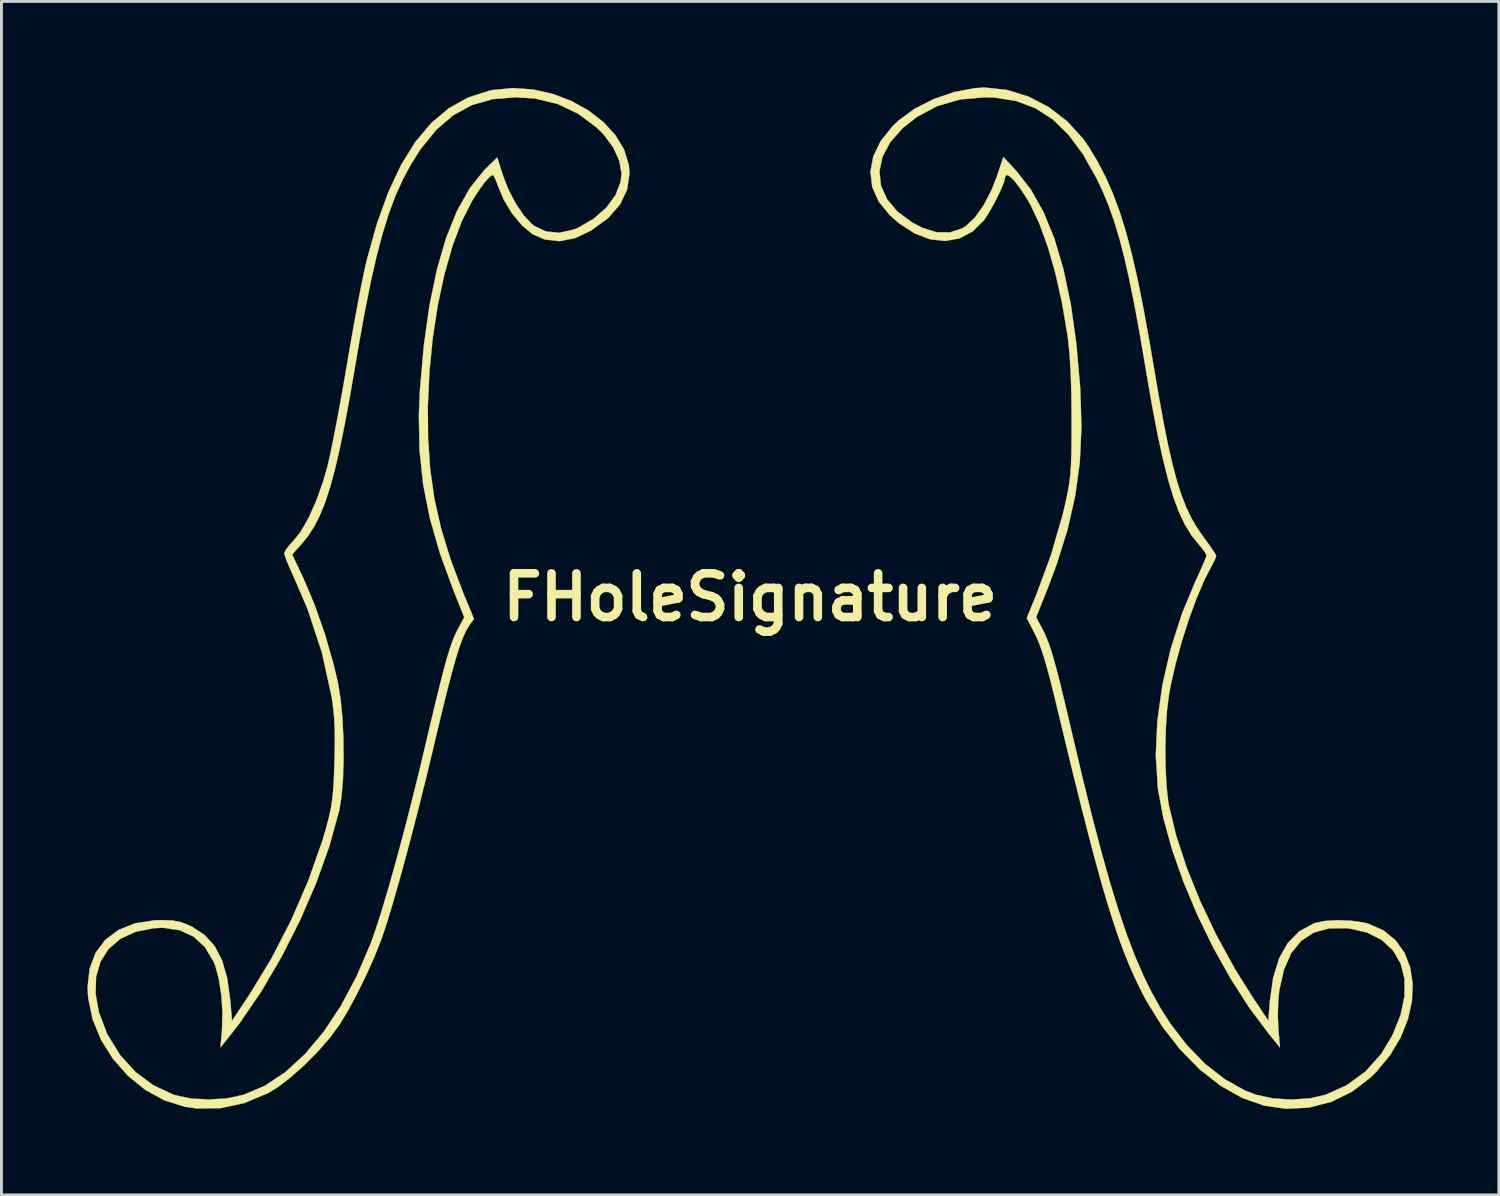
<source format=kicad_pcb>
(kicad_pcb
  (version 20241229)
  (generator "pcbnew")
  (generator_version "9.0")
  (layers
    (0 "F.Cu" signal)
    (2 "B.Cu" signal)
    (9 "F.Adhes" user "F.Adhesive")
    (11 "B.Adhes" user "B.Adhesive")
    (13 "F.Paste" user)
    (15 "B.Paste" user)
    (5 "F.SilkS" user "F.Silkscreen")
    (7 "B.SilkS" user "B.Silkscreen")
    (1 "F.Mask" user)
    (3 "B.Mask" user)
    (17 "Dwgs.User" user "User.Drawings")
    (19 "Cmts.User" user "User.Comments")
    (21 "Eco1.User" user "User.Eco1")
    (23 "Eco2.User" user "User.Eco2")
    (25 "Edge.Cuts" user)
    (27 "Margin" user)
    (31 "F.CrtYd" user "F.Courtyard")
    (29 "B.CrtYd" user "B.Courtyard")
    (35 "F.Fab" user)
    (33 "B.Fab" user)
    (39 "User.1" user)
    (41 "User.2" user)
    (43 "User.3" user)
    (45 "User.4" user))
  (footprint "FHoleSignature"
    (layer "F.Cu")
    (at 23.118 17.784)
    (property "Reference" "FHoleSignature" (at 0 0 0) (layer "F.SilkS") (effects (font (size 1.524 1.524) (thickness 0.3))))
    (attr through_hole)
    (fp_poly (pts (xy -7.568 -17.713) (xy -6.879 -17.557) (xy -6.227 -17.307) (xy -5.633 -16.975) (xy -5.116 -16.573) (xy -4.697 -16.115) (xy -4.396 -15.612) (xy -4.233 -15.076) (xy -4.209 -14.779) (xy -4.291 -14.223) (xy -4.535 -13.709) (xy -4.933 -13.249) (xy -4.982 -13.206) (xy -5.554 -12.788) (xy -6.113 -12.525) (xy -6.653 -12.421) (xy -7.163 -12.478) (xy -7.591 -12.667) (xy -7.959 -12.969) (xy -8.308 -13.39) (xy -8.603 -13.881) (xy -8.773 -14.284) (xy -8.864 -14.528) (xy -8.942 -14.691) (xy -8.977 -14.732) (xy -9.091 -14.662) (xy -9.264 -14.471) (xy -9.473 -14.185) (xy -9.685 -13.854) (xy -10.053 -13.131) (xy -10.38 -12.267) (xy -10.661 -11.286) (xy -10.893 -10.21) (xy -11.07 -9.065) (xy -11.189 -7.874) (xy -11.244 -6.66) (xy -11.236 -5.565) (xy -11.163 -4.474) (xy -11.015 -3.432) (xy -10.781 -2.398) (xy -10.453 -1.328) (xy -10.02 -0.181) (xy -9.973 -0.068) (xy -9.635 0.754) (xy -9.809 0.998) (xy -9.912 1.17) (xy -10.02 1.407) (xy -10.136 1.722) (xy -10.265 2.13) (xy -10.409 2.644) (xy -10.575 3.281) (xy -10.766 4.053) (xy -10.986 4.975) (xy -11.011 5.08) (xy -11.258 6.112) (xy -11.511 7.134) (xy -11.765 8.124) (xy -12.013 9.061) (xy -12.25 9.923) (xy -12.47 10.69) (xy -12.668 11.34) (xy -12.836 11.852) (xy -12.876 11.963) (xy -13.114 12.56) (xy -13.408 13.212) (xy -13.73 13.865) (xy -14.053 14.461) (xy -14.32 14.901) (xy -14.659 15.363) (xy -15.082 15.848) (xy -15.552 16.321) (xy -16.033 16.749) (xy -16.489 17.097) (xy -16.815 17.296) (xy -17.649 17.644) (xy -18.477 17.823) (xy -19.3 17.833) (xy -19.718 17.773) (xy -20.434 17.549) (xy -21.103 17.182) (xy -21.706 16.693) (xy -22.225 16.105) (xy -22.642 15.441) (xy -22.937 14.724) (xy -23.093 13.977) (xy -23.101 13.834) (xy -22.834 13.834) (xy -22.713 14.489) (xy -22.446 15.192) (xy -22.403 15.281) (xy -21.976 15.973) (xy -21.439 16.561) (xy -20.814 17.026) (xy -20.122 17.349) (xy -20.066 17.367) (xy -19.517 17.484) (xy -18.889 17.521) (xy -18.252 17.479) (xy -17.679 17.358) (xy -17.677 17.358) (xy -16.936 17.043) (xy -16.219 16.568) (xy -15.533 15.94) (xy -14.885 15.167) (xy -14.28 14.258) (xy -13.727 13.219) (xy -13.236 12.072) (xy -13.055 11.561) (xy -12.845 10.904) (xy -12.612 10.121) (xy -12.362 9.233) (xy -12.1 8.26) (xy -11.832 7.222) (xy -11.563 6.139) (xy -11.343 5.217) (xy -11.134 4.332) (xy -10.958 3.595) (xy -10.808 2.989) (xy -10.681 2.497) (xy -10.572 2.102) (xy -10.475 1.786) (xy -10.387 1.532) (xy -10.301 1.323) (xy -10.214 1.143) (xy -10.186 1.09) (xy -9.975 0.699) (xy -10.359 -0.264) (xy -10.828 -1.548) (xy -11.175 -2.76) (xy -11.408 -3.939) (xy -11.534 -5.126) (xy -11.557 -6.36) (xy -11.52 -7.227) (xy -11.384 -8.784) (xy -11.186 -10.189) (xy -10.926 -11.44) (xy -10.606 -12.538) (xy -10.225 -13.48) (xy -9.783 -14.266) (xy -9.281 -14.894) (xy -9.202 -14.974) (xy -8.823 -15.343) (xy -8.63 -14.731) (xy -8.433 -14.222) (xy -8.179 -13.737) (xy -7.896 -13.319) (xy -7.61 -13.012) (xy -7.535 -12.954) (xy -7.122 -12.76) (xy -6.655 -12.716) (xy -6.159 -12.824) (xy -5.998 -12.891) (xy -5.452 -13.21) (xy -5.012 -13.597) (xy -4.695 -14.032) (xy -4.519 -14.492) (xy -4.488 -14.78) (xy -4.565 -15.228) (xy -4.78 -15.696) (xy -5.113 -16.146) (xy -5.338 -16.371) (xy -6.003 -16.868) (xy -6.721 -17.209) (xy -7.505 -17.397) (xy -8.177 -17.441) (xy -8.982 -17.375) (xy -9.703 -17.17) (xy -10.35 -16.82) (xy -10.937 -16.319) (xy -11.475 -15.659) (xy -11.531 -15.579) (xy -11.835 -15.096) (xy -12.111 -14.584) (xy -12.364 -14.027) (xy -12.597 -13.407) (xy -12.816 -12.709) (xy -13.027 -11.915) (xy -13.233 -11.011) (xy -13.44 -9.978) (xy -13.654 -8.801) (xy -13.761 -8.17) (xy -13.959 -7.02) (xy -14.144 -6.024) (xy -14.319 -5.168) (xy -14.49 -4.436) (xy -14.66 -3.814) (xy -14.833 -3.289) (xy -15.015 -2.844) (xy -15.209 -2.467) (xy -15.42 -2.141) (xy -15.645 -1.862) (xy -15.975 -1.491) (xy -15.575 -0.64) (xy -15.185 0.282) (xy -14.828 1.305) (xy -14.525 2.362) (xy -14.383 2.967) (xy -14.29 3.533) (xy -14.225 4.199) (xy -14.189 4.921) (xy -14.182 5.653) (xy -14.205 6.352) (xy -14.258 6.972) (xy -14.338 7.451) (xy -14.679 8.684) (xy -15.14 9.97) (xy -15.702 11.269) (xy -16.344 12.539) (xy -17.046 13.739) (xy -17.79 14.828) (xy -18.074 15.198) (xy -18.478 15.706) (xy -18.424 15.071) (xy -18.408 14.492) (xy -18.446 13.892) (xy -18.533 13.325) (xy -18.661 12.849) (xy -18.714 12.715) (xy -19.018 12.207) (xy -19.415 11.839) (xy -19.903 11.613) (xy -20.481 11.53) (xy -20.801 11.543) (xy -21.443 11.671) (xy -21.971 11.916) (xy -22.379 12.266) (xy -22.662 12.71) (xy -22.816 13.237) (xy -22.834 13.834) (xy -23.101 13.834) (xy -23.113 13.601) (xy -23.041 12.953) (xy -22.831 12.4) (xy -22.492 11.947) (xy -22.031 11.603) (xy -21.456 11.374) (xy -20.775 11.268) (xy -20.531 11.261) (xy -20.146 11.276) (xy -19.846 11.334) (xy -19.548 11.454) (xy -19.468 11.493) (xy -19.025 11.786) (xy -18.678 12.172) (xy -18.42 12.667) (xy -18.242 13.288) (xy -18.136 14.049) (xy -18.134 14.074) (xy -18.075 14.774) (xy -17.46 13.849) (xy -16.7 12.6) (xy -16.008 11.256) (xy -15.408 9.87) (xy -14.924 8.495) (xy -14.804 8.086) (xy -14.702 7.705) (xy -14.628 7.374) (xy -14.577 7.047) (xy -14.542 6.679) (xy -14.517 6.225) (xy -14.501 5.738) (xy -14.488 5.095) (xy -14.492 4.573) (xy -14.518 4.126) (xy -14.565 3.705) (xy -14.604 3.453) (xy -14.942 1.918) (xy -15.442 0.407) (xy -15.931 -0.732) (xy -16.075 -1.052) (xy -16.187 -1.322) (xy -16.247 -1.499) (xy -16.253 -1.537) (xy -16.195 -1.659) (xy -16.051 -1.842) (xy -15.951 -1.947) (xy -15.679 -2.288) (xy -15.405 -2.766) (xy -15.143 -3.35) (xy -14.906 -4.008) (xy -14.744 -4.572) (xy -14.666 -4.91) (xy -14.566 -5.384) (xy -14.453 -5.962) (xy -14.33 -6.612) (xy -14.206 -7.303) (xy -14.085 -8.003) (xy -14.064 -8.128) (xy -13.944 -8.829) (xy -13.82 -9.529) (xy -13.696 -10.197) (xy -13.581 -10.799) (xy -13.478 -11.303) (xy -13.395 -11.678) (xy -13.384 -11.726) (xy -13.029 -13.003) (xy -12.628 -14.12) (xy -12.178 -15.08) (xy -11.676 -15.888) (xy -11.12 -16.547) (xy -10.506 -17.062) (xy -9.833 -17.435) (xy -9.096 -17.671) (xy -8.978 -17.695) (xy -8.274 -17.763) (xy -7.568 -17.713)) (stroke (width 0.01) (type solid)) (fill yes) (layer "F.SilkS"))
    (fp_poly (pts (xy 8.951 -17.7) (xy 9.707 -17.467) (xy 10.42 -17.094) (xy 11.065 -16.597) (xy 11.616 -15.991) (xy 11.81 -15.711) (xy 12.123 -15.191) (xy 12.404 -14.648) (xy 12.66 -14.067) (xy 12.896 -13.428) (xy 13.117 -12.716) (xy 13.328 -11.912) (xy 13.534 -11) (xy 13.74 -9.962) (xy 13.953 -8.78) (xy 14.056 -8.17) (xy 14.242 -7.08) (xy 14.412 -6.14) (xy 14.573 -5.336) (xy 14.728 -4.65) (xy 14.883 -4.067) (xy 15.042 -3.568) (xy 15.21 -3.138) (xy 15.392 -2.76) (xy 15.593 -2.417) (xy 15.818 -2.094) (xy 15.846 -2.057) (xy 16.038 -1.794) (xy 16.182 -1.581) (xy 16.253 -1.454) (xy 16.256 -1.44) (xy 16.217 -1.323) (xy 16.119 -1.131) (xy 16.092 -1.084) (xy 15.832 -0.577) (xy 15.564 0.057) (xy 15.3 0.778) (xy 15.055 1.546) (xy 14.841 2.32) (xy 14.672 3.059) (xy 14.604 3.429) (xy 14.538 3.971) (xy 14.497 4.611) (xy 14.482 5.299) (xy 14.491 5.983) (xy 14.526 6.614) (xy 14.585 7.141) (xy 14.606 7.259) (xy 14.86 8.313) (xy 15.231 9.442) (xy 15.705 10.614) (xy 16.268 11.796) (xy 16.906 12.958) (xy 17.513 13.928) (xy 18.076 14.774) (xy 18.127 14.097) (xy 18.241 13.279) (xy 18.449 12.601) (xy 18.753 12.06) (xy 19.153 11.654) (xy 19.652 11.382) (xy 19.719 11.358) (xy 20.06 11.289) (xy 20.498 11.265) (xy 20.966 11.284) (xy 21.398 11.346) (xy 21.557 11.386) (xy 22.092 11.622) (xy 22.515 11.968) (xy 22.826 12.406) (xy 23.025 12.918) (xy 23.111 13.486) (xy 23.084 14.093) (xy 22.944 14.721) (xy 22.691 15.352) (xy 22.324 15.969) (xy 21.842 16.553) (xy 21.646 16.747) (xy 20.993 17.248) (xy 20.269 17.602) (xy 19.494 17.802) (xy 18.69 17.843) (xy 17.922 17.731) (xy 17.16 17.464) (xy 16.409 17.04) (xy 15.684 16.473) (xy 14.999 15.775) (xy 14.366 14.96) (xy 13.8 14.04) (xy 13.61 13.674) (xy 13.41 13.257) (xy 13.219 12.823) (xy 13.032 12.36) (xy 12.845 11.854) (xy 12.656 11.294) (xy 12.459 10.666) (xy 12.252 9.959) (xy 12.031 9.158) (xy 11.792 8.252) (xy 11.531 7.228) (xy 11.244 6.074) (xy 10.929 4.776) (xy 10.668 3.692) (xy 10.487 2.955) (xy 10.328 2.364) (xy 10.186 1.899) (xy 10.054 1.539) (xy 9.936 1.282) (xy 9.646 0.726) (xy 9.979 -0.081) (xy 10.494 -1.477) (xy 10.906 -2.9) (xy 11.022 -3.397) (xy 11.086 -3.707) (xy 11.134 -3.996) (xy 11.169 -4.294) (xy 11.192 -4.634) (xy 11.205 -5.047) (xy 11.211 -5.566) (xy 11.212 -6.223) (xy 11.212 -6.223) (xy 11.204 -7.093) (xy 11.182 -7.823) (xy 11.144 -8.445) (xy 11.089 -8.987) (xy 11.062 -9.186) (xy 10.877 -10.272) (xy 10.649 -11.29) (xy 10.385 -12.215) (xy 10.091 -13.026) (xy 9.775 -13.697) (xy 9.683 -13.857) (xy 9.44 -14.234) (xy 9.227 -14.513) (xy 9.056 -14.684) (xy 8.939 -14.733) (xy 8.891 -14.648) (xy 8.89 -14.626) (xy 8.85 -14.472) (xy 8.745 -14.218) (xy 8.598 -13.911) (xy 8.431 -13.595) (xy 8.267 -13.317) (xy 8.16 -13.159) (xy 7.766 -12.764) (xy 7.312 -12.521) (xy 6.813 -12.428) (xy 6.284 -12.485) (xy 5.74 -12.69) (xy 5.195 -13.044) (xy 4.869 -13.33) (xy 4.481 -13.808) (xy 4.256 -14.316) (xy 4.194 -14.843) (xy 4.195 -14.852) (xy 4.509 -14.852) (xy 4.563 -14.357) (xy 4.773 -13.886) (xy 5.137 -13.454) (xy 5.652 -13.073) (xy 5.998 -12.891) (xy 6.493 -12.735) (xy 6.97 -12.728) (xy 7.399 -12.869) (xy 7.528 -12.949) (xy 7.842 -13.249) (xy 8.148 -13.682) (xy 8.423 -14.212) (xy 8.606 -14.684) (xy 8.831 -15.359) (xy 9.279 -14.877) (xy 9.789 -14.226) (xy 10.233 -13.438) (xy 10.614 -12.508) (xy 10.931 -11.434) (xy 11.186 -10.212) (xy 11.379 -8.839) (xy 11.512 -7.31) (xy 11.517 -7.238) (xy 11.556 -5.942) (xy 11.5 -4.726) (xy 11.341 -3.549) (xy 11.074 -2.37) (xy 10.692 -1.148) (xy 10.359 -0.264) (xy 9.975 0.699) (xy 10.186 1.09) (xy 10.282 1.281) (xy 10.375 1.501) (xy 10.469 1.766) (xy 10.571 2.096) (xy 10.685 2.508) (xy 10.817 3.022) (xy 10.971 3.654) (xy 11.153 4.425) (xy 11.263 4.897) (xy 11.615 6.383) (xy 11.945 7.714) (xy 12.257 8.903) (xy 12.556 9.964) (xy 12.846 10.908) (xy 13.131 11.749) (xy 13.416 12.499) (xy 13.705 13.172) (xy 14.003 13.779) (xy 14.313 14.334) (xy 14.64 14.848) (xy 15.229 15.619) (xy 15.874 16.28) (xy 16.556 16.813) (xy 17.255 17.204) (xy 17.648 17.354) (xy 18.243 17.482) (xy 18.898 17.523) (xy 19.542 17.476) (xy 20.075 17.354) (xy 20.816 17.017) (xy 21.463 16.543) (xy 22.006 15.938) (xy 22.403 15.281) (xy 22.687 14.575) (xy 22.826 13.914) (xy 22.825 13.309) (xy 22.689 12.773) (xy 22.423 12.318) (xy 22.032 11.955) (xy 21.521 11.696) (xy 20.896 11.554) (xy 20.809 11.544) (xy 20.185 11.552) (xy 19.655 11.699) (xy 19.218 11.987) (xy 18.873 12.415) (xy 18.621 12.986) (xy 18.459 13.699) (xy 18.455 13.73) (xy 18.417 14.146) (xy 18.407 14.623) (xy 18.424 15.028) (xy 18.481 15.706) (xy 18.101 15.24) (xy 17.42 14.331) (xy 16.767 13.316) (xy 16.157 12.226) (xy 15.603 11.091) (xy 15.12 9.942) (xy 14.72 8.81) (xy 14.419 7.726) (xy 14.229 6.721) (xy 14.22 6.649) (xy 14.149 5.519) (xy 14.203 4.315) (xy 14.378 3.066) (xy 14.667 1.805) (xy 15.065 0.562) (xy 15.543 -0.583) (xy 15.699 -0.921) (xy 15.823 -1.206) (xy 15.9 -1.399) (xy 15.917 -1.462) (xy 15.865 -1.568) (xy 15.73 -1.748) (xy 15.628 -1.867) (xy 15.387 -2.17) (xy 15.166 -2.531) (xy 14.96 -2.964) (xy 14.766 -3.482) (xy 14.579 -4.1) (xy 14.395 -4.83) (xy 14.21 -5.687) (xy 14.019 -6.684) (xy 13.82 -7.834) (xy 13.799 -7.963) (xy 13.598 -9.14) (xy 13.41 -10.167) (xy 13.23 -11.062) (xy 13.053 -11.844) (xy 12.875 -12.529) (xy 12.69 -13.137) (xy 12.494 -13.685) (xy 12.283 -14.193) (xy 12.087 -14.605) (xy 11.61 -15.452) (xy 11.101 -16.139) (xy 10.55 -16.673) (xy 9.946 -17.061) (xy 9.279 -17.31) (xy 8.54 -17.429) (xy 8.177 -17.441) (xy 7.318 -17.364) (xy 6.528 -17.135) (xy 5.812 -16.754) (xy 5.31 -16.355) (xy 4.88 -15.865) (xy 4.613 -15.36) (xy 4.509 -14.852) (xy 4.195 -14.852) (xy 4.293 -15.379) (xy 4.552 -15.913) (xy 4.971 -16.435) (xy 5.172 -16.627) (xy 5.732 -17.038) (xy 6.4 -17.378) (xy 7.121 -17.625) (xy 7.841 -17.76) (xy 8.18 -17.779) (xy 8.951 -17.7)) (stroke (width 0.01) (type solid)) (fill yes) (layer "F.SilkS")))
  (gr_rect
    (start -3 -3)
    (end 49.234 38.631)
    (stroke (width 0.1) (type default))
    (fill no)
    (layer "Edge.Cuts")))
</source>
